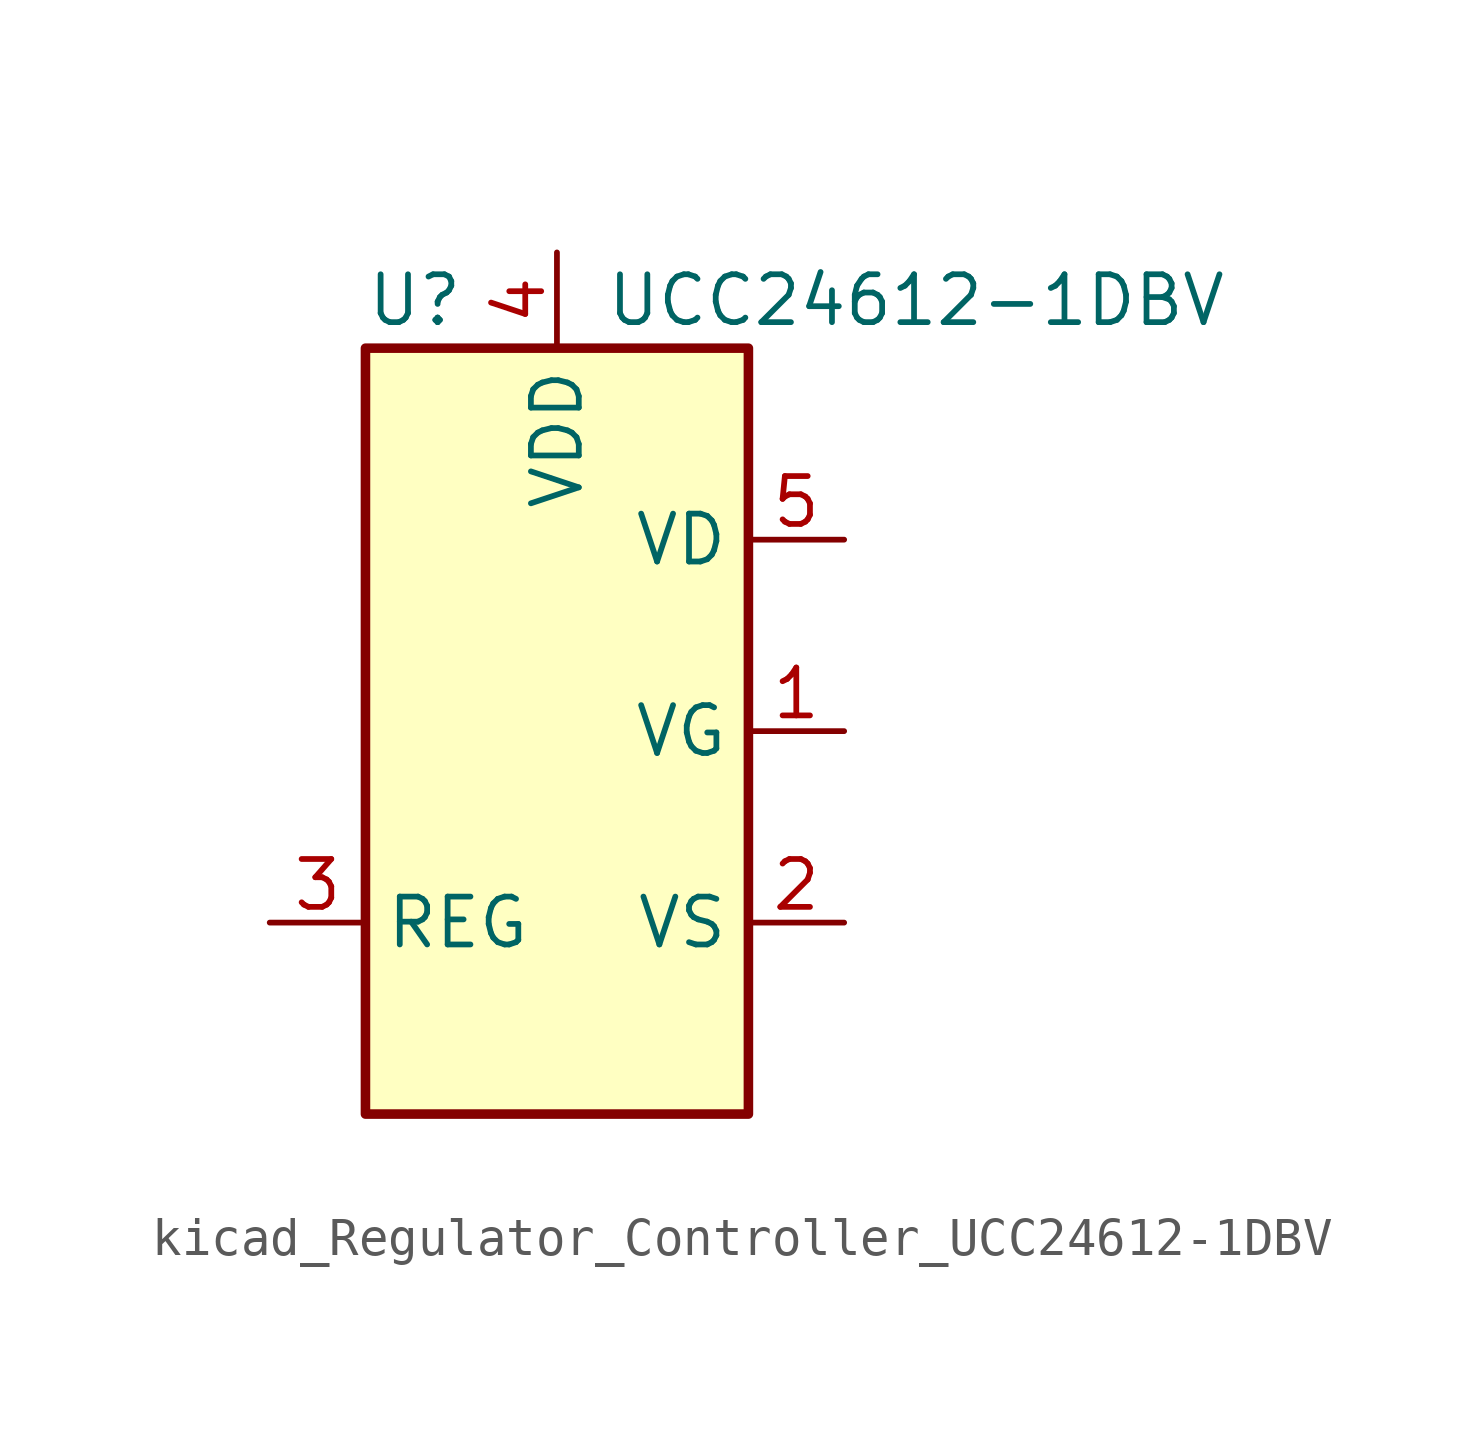
<source format=kicad_sym>
(kicad_symbol_lib
  (version 20220914)
  (generator kicad_symbol_editor)
  (symbol "kicad_Regulator_Controller_UCC24612-1DBV"
    (property "Reference" "U"
      (at -5.08 11.43 0)
      (effects (font (size 1.27 1.27)) (justify left)))
    (property "Value" "UCC24612-1DBV"
      (at 1.27 11.43 0)
      (effects (font (size 1.27 1.27)) (justify left)))
    (symbol "kicad_Regulator_Controller_UCC24612-1DBV_0_1"
      (rectangle (start -5.08 -10.16) (end 5.08 10.16) (stroke (width 0.254) (type default)) (fill (type background))))
    (symbol "kicad_Regulator_Controller_UCC24612-1DBV_1_1"
      (pin output line (at 7.62 0 180) (length 2.54) (name "VG" (effects (font (size 1.27 1.27)))) (number "1" (effects (font (size 1.27 1.27)))))
      (pin input line (at 7.62 -5.08 180) (length 2.54) (name "VS" (effects (font (size 1.27 1.27)))) (number "2" (effects (font (size 1.27 1.27)))))
      (pin passive line (at -7.62 -5.08 0) (length 2.54) (name "REG" (effects (font (size 1.27 1.27)))) (number "3" (effects (font (size 1.27 1.27)))))
      (pin power_in line (at 0 12.7 270) (length 2.54) (name "VDD" (effects (font (size 1.27 1.27)))) (number "4" (effects (font (size 1.27 1.27)))))
      (pin input line (at 7.62 5.08 180) (length 2.54) (name "VD" (effects (font (size 1.27 1.27)))) (number "5" (effects (font (size 1.27 1.27))))))))
</source>
